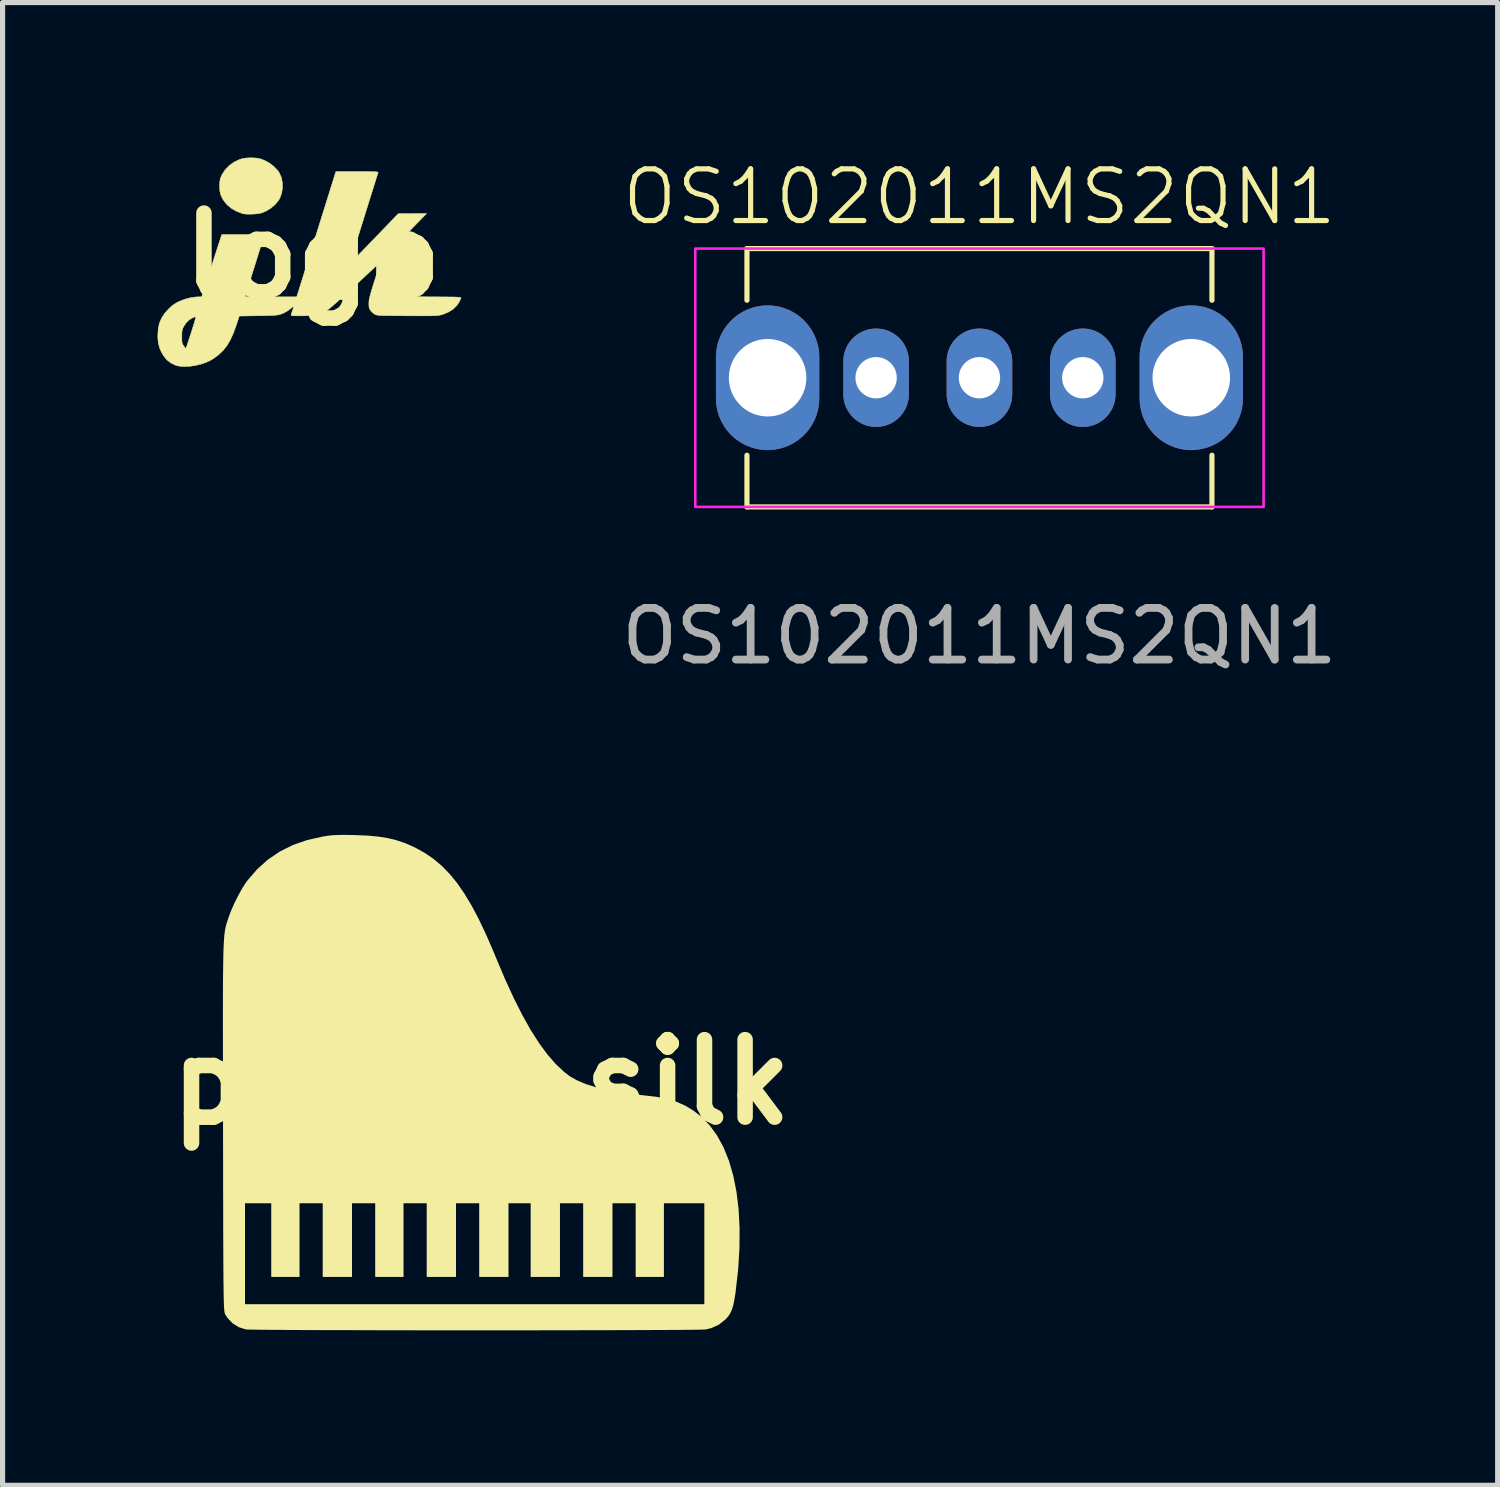
<source format=kicad_pcb>
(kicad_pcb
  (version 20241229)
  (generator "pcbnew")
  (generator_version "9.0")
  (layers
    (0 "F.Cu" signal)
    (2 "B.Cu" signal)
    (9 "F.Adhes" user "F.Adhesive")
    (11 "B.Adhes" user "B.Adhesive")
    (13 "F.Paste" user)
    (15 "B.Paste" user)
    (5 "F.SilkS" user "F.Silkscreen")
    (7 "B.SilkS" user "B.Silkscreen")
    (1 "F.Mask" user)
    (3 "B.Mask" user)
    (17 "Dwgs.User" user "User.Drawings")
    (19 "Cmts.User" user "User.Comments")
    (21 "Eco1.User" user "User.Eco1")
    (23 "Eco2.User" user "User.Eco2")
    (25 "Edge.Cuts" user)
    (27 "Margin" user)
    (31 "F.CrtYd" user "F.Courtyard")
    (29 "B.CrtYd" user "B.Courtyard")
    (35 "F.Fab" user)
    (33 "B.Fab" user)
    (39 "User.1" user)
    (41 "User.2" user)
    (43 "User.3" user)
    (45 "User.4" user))
  (footprint "logo"
    (layer "F.Cu")
    (at 3.002 1.909)
    (property "Reference" "logo" (at 0 0 0) (layer "F.SilkS") (effects (font (size 1.524 1.524) (thickness 0.3))))
    (attr through_hole)
    (fp_poly (pts (xy -1.145 -1.903) (xy -1.07 -1.897) (xy -1.021 -1.887) (xy -0.929 -1.853) (xy -0.837 -1.802) (xy -0.754 -1.738) (xy -0.684 -1.667) (xy -0.649 -1.618) (xy -0.609 -1.529) (xy -0.588 -1.429) (xy -0.585 -1.325) (xy -0.6 -1.223) (xy -0.634 -1.129) (xy -0.654 -1.092) (xy -0.722 -1.006) (xy -0.808 -0.931) (xy -0.906 -0.872) (xy -0.991 -0.838) (xy -1.048 -0.826) (xy -1.118 -0.818) (xy -1.193 -0.814) (xy -1.265 -0.814) (xy -1.327 -0.819) (xy -1.365 -0.828) (xy -1.48 -0.873) (xy -1.575 -0.928) (xy -1.652 -0.993) (xy -1.682 -1.026) (xy -1.74 -1.104) (xy -1.777 -1.181) (xy -1.797 -1.264) (xy -1.802 -1.36) (xy -1.801 -1.382) (xy -1.798 -1.443) (xy -1.79 -1.49) (xy -1.776 -1.532) (xy -1.756 -1.575) (xy -1.696 -1.67) (xy -1.615 -1.754) (xy -1.52 -1.822) (xy -1.414 -1.873) (xy -1.367 -1.887) (xy -1.304 -1.898) (xy -1.227 -1.904) (xy -1.145 -1.903)) (stroke (width 0.01) (type solid)) (fill yes) (layer "F.SilkS"))
    (fp_poly (pts (xy 0.978 -1.638) (xy 1.071 -1.638) (xy 1.144 -1.636) (xy 1.197 -1.635) (xy 1.234 -1.632) (xy 1.256 -1.629) (xy 1.266 -1.625) (xy 1.267 -1.622) (xy 1.262 -1.608) (xy 1.251 -1.572) (xy 1.233 -1.517) (xy 1.211 -1.444) (xy 1.183 -1.357) (xy 1.152 -1.258) (xy 1.118 -1.148) (xy 1.081 -1.031) (xy 1.043 -0.908) (xy 1.004 -0.783) (xy 0.965 -0.657) (xy 0.926 -0.533) (xy 0.889 -0.414) (xy 0.854 -0.301) (xy 0.822 -0.197) (xy 0.793 -0.104) (xy 0.768 -0.025) (xy 0.749 0.037) (xy 0.735 0.081) (xy 0.73 0.1) (xy 0.726 0.11) (xy 0.724 0.119) (xy 0.723 0.125) (xy 0.726 0.127) (xy 0.732 0.124) (xy 0.744 0.115) (xy 0.762 0.098) (xy 0.788 0.074) (xy 0.822 0.04) (xy 0.865 -0.004) (xy 0.92 -0.059) (xy 0.986 -0.127) (xy 1.065 -0.209) (xy 1.158 -0.305) (xy 1.266 -0.417) (xy 1.39 -0.546) (xy 1.435 -0.593) (xy 1.657 -0.823) (xy 2.203 -0.826) (xy 2.07 -0.689) (xy 2.008 -0.626) (xy 1.937 -0.553) (xy 1.866 -0.48) (xy 1.802 -0.415) (xy 1.799 -0.411) (xy 1.662 -0.27) (xy 1.804 -0.261) (xy 1.902 -0.252) (xy 1.979 -0.238) (xy 2.037 -0.217) (xy 2.082 -0.189) (xy 2.115 -0.151) (xy 2.116 -0.151) (xy 2.133 -0.122) (xy 2.146 -0.091) (xy 2.152 -0.057) (xy 2.153 -0.015) (xy 2.146 0.036) (xy 2.133 0.099) (xy 2.113 0.177) (xy 2.085 0.274) (xy 2.048 0.39) (xy 2.04 0.417) (xy 2.012 0.507) (xy 1.986 0.588) (xy 1.965 0.659) (xy 1.947 0.716) (xy 1.936 0.756) (xy 1.931 0.775) (xy 1.93 0.776) (xy 1.943 0.779) (xy 1.978 0.781) (xy 2.035 0.783) (xy 2.11 0.785) (xy 2.202 0.786) (xy 2.309 0.787) (xy 2.4 0.787) (xy 2.538 0.788) (xy 2.653 0.789) (xy 2.744 0.79) (xy 2.81 0.793) (xy 2.853 0.796) (xy 2.87 0.8) (xy 2.87 0.8) (xy 2.865 0.818) (xy 2.852 0.851) (xy 2.842 0.873) (xy 2.791 0.952) (xy 2.72 1.022) (xy 2.629 1.08) (xy 2.523 1.124) (xy 2.478 1.137) (xy 2.456 1.142) (xy 2.429 1.146) (xy 2.395 1.149) (xy 2.35 1.151) (xy 2.293 1.153) (xy 2.222 1.154) (xy 2.134 1.154) (xy 2.026 1.154) (xy 1.896 1.153) (xy 1.827 1.153) (xy 1.691 1.152) (xy 1.578 1.151) (xy 1.485 1.15) (xy 1.411 1.149) (xy 1.353 1.148) (xy 1.309 1.146) (xy 1.275 1.143) (xy 1.251 1.14) (xy 1.232 1.136) (xy 1.218 1.131) (xy 1.205 1.124) (xy 1.2 1.122) (xy 1.16 1.093) (xy 1.124 1.055) (xy 1.118 1.047) (xy 1.101 1.017) (xy 1.091 0.985) (xy 1.088 0.944) (xy 1.088 0.909) (xy 1.089 0.879) (xy 1.093 0.845) (xy 1.101 0.806) (xy 1.113 0.757) (xy 1.13 0.695) (xy 1.153 0.618) (xy 1.183 0.521) (xy 1.199 0.472) (xy 1.227 0.382) (xy 1.252 0.301) (xy 1.274 0.231) (xy 1.291 0.175) (xy 1.303 0.137) (xy 1.308 0.119) (xy 1.308 0.118) (xy 1.299 0.124) (xy 1.275 0.145) (xy 1.238 0.179) (xy 1.19 0.223) (xy 1.135 0.275) (xy 1.121 0.288) (xy 1.06 0.345) (xy 0.985 0.415) (xy 0.901 0.493) (xy 0.812 0.575) (xy 0.724 0.656) (xy 0.648 0.725) (xy 0.543 0.82) (xy 0.455 0.9) (xy 0.38 0.965) (xy 0.316 1.018) (xy 0.26 1.059) (xy 0.21 1.091) (xy 0.162 1.114) (xy 0.114 1.13) (xy 0.064 1.14) (xy 0.008 1.146) (xy -0.056 1.15) (xy -0.131 1.152) (xy -0.168 1.153) (xy -0.254 1.154) (xy -0.325 1.154) (xy -0.378 1.152) (xy -0.41 1.149) (xy -0.419 1.146) (xy -0.415 1.129) (xy -0.405 1.095) (xy -0.394 1.06) (xy -0.38 1.02) (xy -0.371 0.988) (xy -0.368 0.975) (xy -0.377 0.976) (xy -0.4 0.991) (xy -0.429 1.014) (xy -0.492 1.062) (xy -0.557 1.097) (xy -0.633 1.127) (xy -0.657 1.133) (xy -0.689 1.138) (xy -0.732 1.143) (xy -0.789 1.146) (xy -0.863 1.149) (xy -0.957 1.151) (xy -1.057 1.152) (xy -1.422 1.158) (xy -1.48 1.337) (xy -1.535 1.489) (xy -1.594 1.619) (xy -1.659 1.729) (xy -1.734 1.824) (xy -1.82 1.906) (xy -1.919 1.979) (xy -1.97 2.01) (xy -2.059 2.053) (xy -2.16 2.088) (xy -2.267 2.114) (xy -2.375 2.13) (xy -2.478 2.135) (xy -2.572 2.13) (xy -2.649 2.112) (xy -2.657 2.109) (xy -2.748 2.064) (xy -2.823 2.005) (xy -2.885 1.929) (xy -2.929 1.853) (xy -2.964 1.772) (xy -2.985 1.69) (xy -2.996 1.598) (xy -2.997 1.556) (xy -2.533 1.556) (xy -2.533 1.615) (xy -2.531 1.656) (xy -2.525 1.685) (xy -2.515 1.709) (xy -2.498 1.735) (xy -2.496 1.738) (xy -2.472 1.77) (xy -2.456 1.78) (xy -2.45 1.776) (xy -2.444 1.759) (xy -2.431 1.722) (xy -2.413 1.668) (xy -2.391 1.601) (xy -2.366 1.523) (xy -2.348 1.47) (xy -2.323 1.389) (xy -2.3 1.316) (xy -2.282 1.255) (xy -2.27 1.209) (xy -2.263 1.181) (xy -2.263 1.175) (xy -2.28 1.174) (xy -2.311 1.185) (xy -2.349 1.205) (xy -2.387 1.23) (xy -2.417 1.255) (xy -2.453 1.295) (xy -2.487 1.344) (xy -2.5 1.365) (xy -2.515 1.398) (xy -2.525 1.429) (xy -2.531 1.465) (xy -2.533 1.515) (xy -2.533 1.556) (xy -2.997 1.556) (xy -2.997 1.536) (xy -2.99 1.409) (xy -2.967 1.299) (xy -2.925 1.199) (xy -2.864 1.106) (xy -2.794 1.027) (xy -2.739 0.974) (xy -2.689 0.935) (xy -2.635 0.902) (xy -2.591 0.879) (xy -2.476 0.833) (xy -2.359 0.802) (xy -2.249 0.788) (xy -2.222 0.787) (xy -2.149 0.787) (xy -2.066 0.53) (xy -2.039 0.445) (xy -2.005 0.342) (xy -1.969 0.228) (xy -1.931 0.112) (xy -1.895 -0.001) (xy -1.872 -0.073) (xy -1.76 -0.419) (xy -1.35 -0.419) (xy -1.251 -0.419) (xy -1.16 -0.418) (xy -1.081 -0.417) (xy -1.017 -0.415) (xy -0.97 -0.413) (xy -0.944 -0.41) (xy -0.94 -0.409) (xy -0.943 -0.395) (xy -0.954 -0.359) (xy -0.971 -0.304) (xy -0.993 -0.232) (xy -1.02 -0.145) (xy -1.051 -0.046) (xy -1.085 0.064) (xy -1.121 0.18) (xy -1.124 0.189) (xy -1.161 0.306) (xy -1.195 0.416) (xy -1.226 0.515) (xy -1.253 0.602) (xy -1.276 0.675) (xy -1.293 0.731) (xy -1.304 0.767) (xy -1.308 0.782) (xy -1.308 0.782) (xy -1.296 0.783) (xy -1.261 0.784) (xy -1.206 0.785) (xy -1.134 0.786) (xy -1.047 0.787) (xy -0.948 0.787) (xy -0.841 0.787) (xy -0.808 0.787) (xy -0.309 0.787) (xy 0.07 -0.425) (xy 0.449 -1.638) (xy 0.861 -1.638) (xy 0.978 -1.638)) (stroke (width 0.01) (type solid)) (fill yes) (layer "F.SilkS")))
  (footprint "OS102011MS2QN1"
    (layer "F.Cu")
    (at 15.907 4.261)
    (property "Reference" "OS102011MS2QN1" (at 0 -3.5 0) (unlocked yes) (layer "F.SilkS") (effects (font (size 1 1) (thickness 0.1))))
    (attr smd)
    (fp_line (start -4.5 -2.5) (end 4.5 -2.5) (stroke (width 0.1) (type default)) (layer "F.SilkS"))
    (fp_line (start -4.5 -1.5) (end -4.5 -2.5) (stroke (width 0.1) (type default)) (layer "F.SilkS"))
    (fp_line (start -4.5 1.5) (end -4.5 2.5) (stroke (width 0.1) (type default)) (layer "F.SilkS"))
    (fp_line (start 4.5 -2.5) (end 4.5 -1.5) (stroke (width 0.1) (type default)) (layer "F.SilkS"))
    (fp_line (start 4.5 1.5) (end 4.5 2.5) (stroke (width 0.1) (type default)) (layer "F.SilkS"))
    (fp_line (start 4.5 2.5) (end -4.5 2.5) (stroke (width 0.1) (type default)) (layer "F.SilkS"))
    (fp_rect (start -5.5 -2.5) (end 5.5 2.5) (stroke (width 0.05) (type default)) (fill no) (layer "F.CrtYd"))
    (fp_text user "${REFERENCE}" (at 0 5 0) (unlocked yes) (layer "F.Fab") (effects (font (size 1 1) (thickness 0.15))))
    (pad "" thru_hole oval (at -4.1 0 90) (size 2.8 2) (drill 1.5) (layers "*.Cu" "*.Mask"))
    (pad "" thru_hole oval (at 4.1 0 90) (size 2.8 2) (drill 1.5) (layers "*.Cu" "*.Mask"))
    (pad "1" thru_hole oval (at -2 0) (size 1.27 1.905) (drill 0.8) (layers "*.Cu" "*.Mask"))
    (pad "2" thru_hole oval (at 0 0) (size 1.27 1.905) (drill 0.8) (layers "*.Cu" "*.Mask"))
    (pad "3" thru_hole oval (at 2 0) (size 1.27 1.905) (drill 0.8) (layers "*.Cu" "*.Mask")))
  (footprint "piano-silk"
    (layer "F.Cu")
    (at 6.264 17.894)
    (property "Reference" "piano-silk" (at 0 0 0) (layer "F.SilkS") (effects (font (size 1.5 1.5) (thickness 0.3))))
    (attr board_only exclude_from_pos_files exclude_from_bom)
    (fp_poly (pts (xy -2.512 -4.783) (xy -2.433 -4.781) (xy -2.198 -4.771) (xy -1.994 -4.752) (xy -1.813 -4.724) (xy -1.648 -4.684) (xy -1.489 -4.631) (xy -1.331 -4.563) (xy -1.26 -4.529) (xy -1.084 -4.431) (xy -0.918 -4.316) (xy -0.762 -4.184) (xy -0.613 -4.032) (xy -0.469 -3.856) (xy -0.33 -3.655) (xy -0.192 -3.427) (xy -0.054 -3.168) (xy 0.085 -2.876) (xy 0.227 -2.55) (xy 0.292 -2.393) (xy 0.462 -1.991) (xy 0.63 -1.626) (xy 0.795 -1.299) (xy 0.958 -1.008) (xy 1.121 -0.753) (xy 1.282 -0.534) (xy 1.443 -0.349) (xy 1.604 -0.198) (xy 1.718 -0.111) (xy 1.852 -0.035) (xy 2.02 0.036) (xy 2.218 0.099) (xy 2.443 0.155) (xy 2.689 0.201) (xy 2.954 0.237) (xy 3.136 0.255) (xy 3.38 0.283) (xy 3.593 0.324) (xy 3.78 0.381) (xy 3.95 0.456) (xy 4.107 0.551) (xy 4.252 0.664) (xy 4.418 0.832) (xy 4.564 1.032) (xy 4.69 1.263) (xy 4.795 1.523) (xy 4.879 1.812) (xy 4.941 2.127) (xy 4.982 2.468) (xy 5.001 2.832) (xy 4.998 3.219) (xy 4.973 3.628) (xy 4.924 4.056) (xy 4.924 4.06) (xy 4.901 4.206) (xy 4.878 4.32) (xy 4.85 4.409) (xy 4.816 4.482) (xy 4.772 4.545) (xy 4.724 4.596) (xy 4.599 4.695) (xy 4.455 4.761) (xy 4.345 4.787) (xy 4.314 4.789) (xy 4.246 4.791) (xy 4.144 4.793) (xy 4.009 4.794) (xy 3.844 4.796) (xy 3.651 4.797) (xy 3.431 4.798) (xy 3.188 4.799) (xy 2.923 4.8) (xy 2.638 4.801) (xy 2.336 4.802) (xy 2.018 4.802) (xy 1.688 4.803) (xy 1.346 4.803) (xy 0.996 4.804) (xy 0.639 4.804) (xy 0.278 4.804) (xy -0.086 4.804) (xy -0.45 4.804) (xy -0.811 4.804) (xy -1.169 4.804) (xy -1.52 4.803) (xy -1.862 4.803) (xy -2.194 4.802) (xy -2.513 4.801) (xy -2.817 4.801) (xy -3.103 4.8) (xy -3.371 4.799) (xy -3.616 4.798) (xy -3.839 4.796) (xy -4.035 4.795) (xy -4.203 4.794) (xy -4.341 4.792) (xy -4.447 4.79) (xy -4.518 4.789) (xy -4.553 4.787) (xy -4.554 4.787) (xy -4.692 4.744) (xy -4.813 4.668) (xy -4.912 4.563) (xy -4.956 4.494) (xy -4.96 4.484) (xy -4.964 4.472) (xy -4.968 4.456) (xy -4.971 4.434) (xy -4.974 4.405) (xy -4.977 4.366) (xy -4.98 4.316) (xy -4.982 4.253) (xy -4.984 4.176) (xy -4.986 4.083) (xy -4.987 3.972) (xy -4.989 3.841) (xy -4.99 3.69) (xy -4.991 3.515) (xy -4.992 3.322) (xy -4.572 3.322) (xy -4.572 4.298) (xy -0.127 4.298) (xy 4.318 4.298) (xy 4.318 3.322) (xy 4.318 2.345) (xy 3.927 2.345) (xy 3.536 2.345) (xy 3.536 3.058) (xy 3.536 3.771) (xy 3.263 3.771) (xy 2.989 3.771) (xy 2.989 3.058) (xy 2.989 2.345) (xy 2.765 2.345) (xy 2.54 2.345) (xy 2.54 3.058) (xy 2.54 3.771) (xy 2.257 3.771) (xy 1.973 3.771) (xy 1.973 3.058) (xy 1.973 2.345) (xy 1.749 2.345) (xy 1.524 2.345) (xy 1.524 3.058) (xy 1.524 3.771) (xy 1.241 3.771) (xy 0.957 3.771) (xy 0.957 3.058) (xy 0.957 2.345) (xy 0.742 2.345) (xy 0.528 2.345) (xy 0.528 3.058) (xy 0.528 3.771) (xy 0.244 3.771) (xy -0.039 3.771) (xy -0.039 3.058) (xy -0.039 2.345) (xy -0.264 2.345) (xy -0.488 2.345) (xy -0.488 3.058) (xy -0.488 3.771) (xy -0.772 3.771) (xy -1.055 3.771) (xy -1.055 3.058) (xy -1.055 2.345) (xy -1.28 2.345) (xy -1.504 2.345) (xy -1.504 3.058) (xy -1.504 3.771) (xy -1.778 3.771) (xy -2.052 3.771) (xy -2.052 3.058) (xy -2.052 2.345) (xy -2.276 2.345) (xy -2.501 2.345) (xy -2.501 3.058) (xy -2.501 3.771) (xy -2.784 3.771) (xy -3.068 3.771) (xy -3.068 3.058) (xy -3.068 2.345) (xy -3.292 2.345) (xy -3.517 2.345) (xy -3.517 3.058) (xy -3.517 3.771) (xy -3.79 3.771) (xy -4.064 3.771) (xy -4.064 3.058) (xy -4.064 2.345) (xy -4.318 2.345) (xy -4.572 2.345) (xy -4.572 3.322) (xy -4.992 3.322) (xy -4.992 3.316) (xy -4.993 3.09) (xy -4.994 2.837) (xy -4.994 2.554) (xy -4.995 2.239) (xy -4.996 1.891) (xy -4.996 1.509) (xy -4.997 1.09) (xy -4.997 0.86) (xy -4.998 0.414) (xy -4.998 0.005) (xy -4.999 -0.368) (xy -4.999 -0.707) (xy -5 -1.015) (xy -5 -1.292) (xy -4.999 -1.541) (xy -4.999 -1.763) (xy -4.998 -1.96) (xy -4.996 -2.134) (xy -4.994 -2.287) (xy -4.992 -2.42) (xy -4.989 -2.535) (xy -4.985 -2.634) (xy -4.981 -2.719) (xy -4.976 -2.792) (xy -4.971 -2.854) (xy -4.964 -2.907) (xy -4.957 -2.952) (xy -4.949 -2.993) (xy -4.94 -3.029) (xy -4.93 -3.064) (xy -4.919 -3.099) (xy -4.907 -3.136) (xy -4.894 -3.176) (xy -4.893 -3.179) (xy -4.845 -3.309) (xy -4.782 -3.454) (xy -4.709 -3.6) (xy -4.634 -3.738) (xy -4.56 -3.854) (xy -4.53 -3.896) (xy -4.34 -4.117) (xy -4.131 -4.305) (xy -3.9 -4.462) (xy -3.646 -4.589) (xy -3.368 -4.685) (xy -3.077 -4.751) (xy -2.99 -4.765) (xy -2.912 -4.775) (xy -2.834 -4.781) (xy -2.746 -4.784) (xy -2.642 -4.785)) (stroke (width 0) (type solid)) (fill yes) (layer "F.SilkS")))
  (gr_rect
    (start -3 -3)
    (end 25.937 25.698)
    (stroke (width 0.1) (type default))
    (fill no)
    (layer "Edge.Cuts")))
</source>
